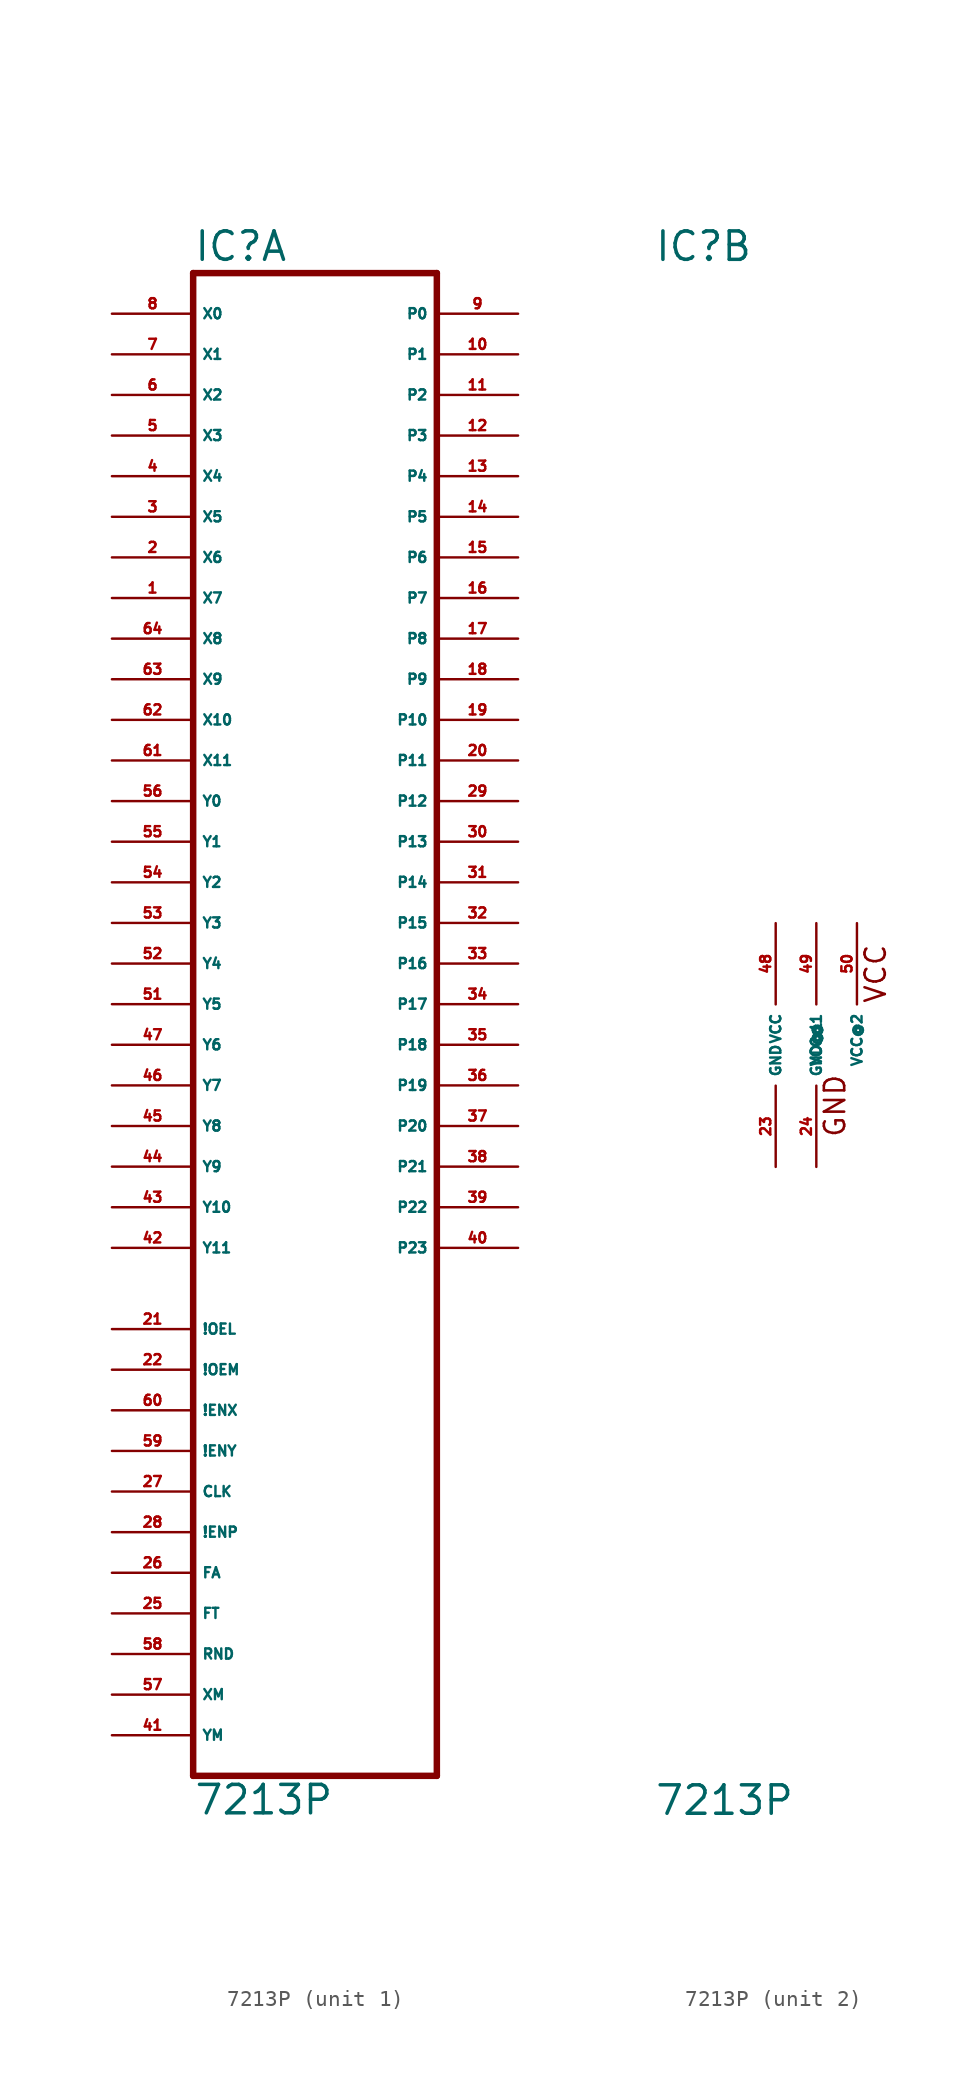
<source format=kicad_sym>
(kicad_symbol_lib
  (version 20220914)
  (generator Eagle2Kicad)
  (symbol "7213P"
    (property "Reference" "IC"
      (at -7.62 48.895 0)
      (effects (font (size 1.778 1.778) (thickness 0.22)) (justify left bottom)))
    (property "Value" "7213P"
      (at -7.62 -48.26 0)
      (effects (font (size 1.778 1.778) (thickness 0.22)) (justify left bottom)))
    (symbol "7213P_1_0"
      (polyline (pts (xy -7.62 -45.72) (xy 7.62 -45.72)) (stroke (width 0.406) (type default)) (fill (type none)))
      (polyline (pts (xy 7.62 -45.72) (xy 7.62 48.26)) (stroke (width 0.406) (type default)) (fill (type none)))
      (polyline (pts (xy 7.62 48.26) (xy -7.62 48.26)) (stroke (width 0.406) (type default)) (fill (type none)))
      (polyline (pts (xy -7.62 48.26) (xy -7.62 -45.72)) (stroke (width 0.406) (type default)) (fill (type none)))
      (pin input line (at -12.7 45.72 0) (length 5.08) (name "X0" (effects (font (size 0.635 0.635) (thickness 0.08)) (justify left bottom))) (number "8" (effects (font (size 0.635 0.635) (thickness 0.08)) (justify left bottom))))
      (pin input line (at -12.7 43.18 0) (length 5.08) (name "X1" (effects (font (size 0.635 0.635) (thickness 0.08)) (justify left bottom))) (number "7" (effects (font (size 0.635 0.635) (thickness 0.08)) (justify left bottom))))
      (pin input line (at -12.7 40.64 0) (length 5.08) (name "X2" (effects (font (size 0.635 0.635) (thickness 0.08)) (justify left bottom))) (number "6" (effects (font (size 0.635 0.635) (thickness 0.08)) (justify left bottom))))
      (pin input line (at -12.7 38.1 0) (length 5.08) (name "X3" (effects (font (size 0.635 0.635) (thickness 0.08)) (justify left bottom))) (number "5" (effects (font (size 0.635 0.635) (thickness 0.08)) (justify left bottom))))
      (pin input line (at -12.7 35.56 0) (length 5.08) (name "X4" (effects (font (size 0.635 0.635) (thickness 0.08)) (justify left bottom))) (number "4" (effects (font (size 0.635 0.635) (thickness 0.08)) (justify left bottom))))
      (pin input line (at -12.7 33.02 0) (length 5.08) (name "X5" (effects (font (size 0.635 0.635) (thickness 0.08)) (justify left bottom))) (number "3" (effects (font (size 0.635 0.635) (thickness 0.08)) (justify left bottom))))
      (pin input line (at -12.7 30.48 0) (length 5.08) (name "X6" (effects (font (size 0.635 0.635) (thickness 0.08)) (justify left bottom))) (number "2" (effects (font (size 0.635 0.635) (thickness 0.08)) (justify left bottom))))
      (pin input line (at -12.7 27.94 0) (length 5.08) (name "X7" (effects (font (size 0.635 0.635) (thickness 0.08)) (justify left bottom))) (number "1" (effects (font (size 0.635 0.635) (thickness 0.08)) (justify left bottom))))
      (pin input line (at -12.7 25.4 0) (length 5.08) (name "X8" (effects (font (size 0.635 0.635) (thickness 0.08)) (justify left bottom))) (number "64" (effects (font (size 0.635 0.635) (thickness 0.08)) (justify left bottom))))
      (pin input line (at -12.7 22.86 0) (length 5.08) (name "X9" (effects (font (size 0.635 0.635) (thickness 0.08)) (justify left bottom))) (number "63" (effects (font (size 0.635 0.635) (thickness 0.08)) (justify left bottom))))
      (pin input line (at -12.7 20.32 0) (length 5.08) (name "X10" (effects (font (size 0.635 0.635) (thickness 0.08)) (justify left bottom))) (number "62" (effects (font (size 0.635 0.635) (thickness 0.08)) (justify left bottom))))
      (pin input line (at -12.7 17.78 0) (length 5.08) (name "X11" (effects (font (size 0.635 0.635) (thickness 0.08)) (justify left bottom))) (number "61" (effects (font (size 0.635 0.635) (thickness 0.08)) (justify left bottom))))
      (pin input line (at -12.7 15.24 0) (length 5.08) (name "Y0" (effects (font (size 0.635 0.635) (thickness 0.08)) (justify left bottom))) (number "56" (effects (font (size 0.635 0.635) (thickness 0.08)) (justify left bottom))))
      (pin input line (at -12.7 12.7 0) (length 5.08) (name "Y1" (effects (font (size 0.635 0.635) (thickness 0.08)) (justify left bottom))) (number "55" (effects (font (size 0.635 0.635) (thickness 0.08)) (justify left bottom))))
      (pin input line (at -12.7 10.16 0) (length 5.08) (name "Y2" (effects (font (size 0.635 0.635) (thickness 0.08)) (justify left bottom))) (number "54" (effects (font (size 0.635 0.635) (thickness 0.08)) (justify left bottom))))
      (pin input line (at -12.7 7.62 0) (length 5.08) (name "Y3" (effects (font (size 0.635 0.635) (thickness 0.08)) (justify left bottom))) (number "53" (effects (font (size 0.635 0.635) (thickness 0.08)) (justify left bottom))))
      (pin input line (at -12.7 5.08 0) (length 5.08) (name "Y4" (effects (font (size 0.635 0.635) (thickness 0.08)) (justify left bottom))) (number "52" (effects (font (size 0.635 0.635) (thickness 0.08)) (justify left bottom))))
      (pin input line (at -12.7 2.54 0) (length 5.08) (name "Y5" (effects (font (size 0.635 0.635) (thickness 0.08)) (justify left bottom))) (number "51" (effects (font (size 0.635 0.635) (thickness 0.08)) (justify left bottom))))
      (pin input line (at -12.7 0 0) (length 5.08) (name "Y6" (effects (font (size 0.635 0.635) (thickness 0.08)) (justify left bottom))) (number "47" (effects (font (size 0.635 0.635) (thickness 0.08)) (justify left bottom))))
      (pin input line (at -12.7 -2.54 0) (length 5.08) (name "Y7" (effects (font (size 0.635 0.635) (thickness 0.08)) (justify left bottom))) (number "46" (effects (font (size 0.635 0.635) (thickness 0.08)) (justify left bottom))))
      (pin input line (at -12.7 -5.08 0) (length 5.08) (name "Y8" (effects (font (size 0.635 0.635) (thickness 0.08)) (justify left bottom))) (number "45" (effects (font (size 0.635 0.635) (thickness 0.08)) (justify left bottom))))
      (pin input line (at -12.7 -7.62 0) (length 5.08) (name "Y9" (effects (font (size 0.635 0.635) (thickness 0.08)) (justify left bottom))) (number "44" (effects (font (size 0.635 0.635) (thickness 0.08)) (justify left bottom))))
      (pin input line (at -12.7 -10.16 0) (length 5.08) (name "Y10" (effects (font (size 0.635 0.635) (thickness 0.08)) (justify left bottom))) (number "43" (effects (font (size 0.635 0.635) (thickness 0.08)) (justify left bottom))))
      (pin input line (at -12.7 -12.7 0) (length 5.08) (name "Y11" (effects (font (size 0.635 0.635) (thickness 0.08)) (justify left bottom))) (number "42" (effects (font (size 0.635 0.635) (thickness 0.08)) (justify left bottom))))
      (pin output line (at 12.7 45.72 180) (length 5.08) (name "P0" (effects (font (size 0.635 0.635) (thickness 0.08)) (justify left bottom))) (number "9" (effects (font (size 0.635 0.635) (thickness 0.08)) (justify left bottom))))
      (pin output line (at 12.7 43.18 180) (length 5.08) (name "P1" (effects (font (size 0.635 0.635) (thickness 0.08)) (justify left bottom))) (number "10" (effects (font (size 0.635 0.635) (thickness 0.08)) (justify left bottom))))
      (pin output line (at 12.7 40.64 180) (length 5.08) (name "P2" (effects (font (size 0.635 0.635) (thickness 0.08)) (justify left bottom))) (number "11" (effects (font (size 0.635 0.635) (thickness 0.08)) (justify left bottom))))
      (pin output line (at 12.7 38.1 180) (length 5.08) (name "P3" (effects (font (size 0.635 0.635) (thickness 0.08)) (justify left bottom))) (number "12" (effects (font (size 0.635 0.635) (thickness 0.08)) (justify left bottom))))
      (pin output line (at 12.7 35.56 180) (length 5.08) (name "P4" (effects (font (size 0.635 0.635) (thickness 0.08)) (justify left bottom))) (number "13" (effects (font (size 0.635 0.635) (thickness 0.08)) (justify left bottom))))
      (pin output line (at 12.7 33.02 180) (length 5.08) (name "P5" (effects (font (size 0.635 0.635) (thickness 0.08)) (justify left bottom))) (number "14" (effects (font (size 0.635 0.635) (thickness 0.08)) (justify left bottom))))
      (pin output line (at 12.7 30.48 180) (length 5.08) (name "P6" (effects (font (size 0.635 0.635) (thickness 0.08)) (justify left bottom))) (number "15" (effects (font (size 0.635 0.635) (thickness 0.08)) (justify left bottom))))
      (pin output line (at 12.7 27.94 180) (length 5.08) (name "P7" (effects (font (size 0.635 0.635) (thickness 0.08)) (justify left bottom))) (number "16" (effects (font (size 0.635 0.635) (thickness 0.08)) (justify left bottom))))
      (pin output line (at 12.7 25.4 180) (length 5.08) (name "P8" (effects (font (size 0.635 0.635) (thickness 0.08)) (justify left bottom))) (number "17" (effects (font (size 0.635 0.635) (thickness 0.08)) (justify left bottom))))
      (pin output line (at 12.7 22.86 180) (length 5.08) (name "P9" (effects (font (size 0.635 0.635) (thickness 0.08)) (justify left bottom))) (number "18" (effects (font (size 0.635 0.635) (thickness 0.08)) (justify left bottom))))
      (pin output line (at 12.7 20.32 180) (length 5.08) (name "P10" (effects (font (size 0.635 0.635) (thickness 0.08)) (justify left bottom))) (number "19" (effects (font (size 0.635 0.635) (thickness 0.08)) (justify left bottom))))
      (pin output line (at 12.7 17.78 180) (length 5.08) (name "P11" (effects (font (size 0.635 0.635) (thickness 0.08)) (justify left bottom))) (number "20" (effects (font (size 0.635 0.635) (thickness 0.08)) (justify left bottom))))
      (pin output line (at 12.7 15.24 180) (length 5.08) (name "P12" (effects (font (size 0.635 0.635) (thickness 0.08)) (justify left bottom))) (number "29" (effects (font (size 0.635 0.635) (thickness 0.08)) (justify left bottom))))
      (pin output line (at 12.7 12.7 180) (length 5.08) (name "P13" (effects (font (size 0.635 0.635) (thickness 0.08)) (justify left bottom))) (number "30" (effects (font (size 0.635 0.635) (thickness 0.08)) (justify left bottom))))
      (pin output line (at 12.7 10.16 180) (length 5.08) (name "P14" (effects (font (size 0.635 0.635) (thickness 0.08)) (justify left bottom))) (number "31" (effects (font (size 0.635 0.635) (thickness 0.08)) (justify left bottom))))
      (pin output line (at 12.7 7.62 180) (length 5.08) (name "P15" (effects (font (size 0.635 0.635) (thickness 0.08)) (justify left bottom))) (number "32" (effects (font (size 0.635 0.635) (thickness 0.08)) (justify left bottom))))
      (pin output line (at 12.7 5.08 180) (length 5.08) (name "P16" (effects (font (size 0.635 0.635) (thickness 0.08)) (justify left bottom))) (number "33" (effects (font (size 0.635 0.635) (thickness 0.08)) (justify left bottom))))
      (pin output line (at 12.7 2.54 180) (length 5.08) (name "P17" (effects (font (size 0.635 0.635) (thickness 0.08)) (justify left bottom))) (number "34" (effects (font (size 0.635 0.635) (thickness 0.08)) (justify left bottom))))
      (pin output line (at 12.7 0 180) (length 5.08) (name "P18" (effects (font (size 0.635 0.635) (thickness 0.08)) (justify left bottom))) (number "35" (effects (font (size 0.635 0.635) (thickness 0.08)) (justify left bottom))))
      (pin output line (at 12.7 -2.54 180) (length 5.08) (name "P19" (effects (font (size 0.635 0.635) (thickness 0.08)) (justify left bottom))) (number "36" (effects (font (size 0.635 0.635) (thickness 0.08)) (justify left bottom))))
      (pin output line (at 12.7 -5.08 180) (length 5.08) (name "P20" (effects (font (size 0.635 0.635) (thickness 0.08)) (justify left bottom))) (number "37" (effects (font (size 0.635 0.635) (thickness 0.08)) (justify left bottom))))
      (pin output line (at 12.7 -7.62 180) (length 5.08) (name "P21" (effects (font (size 0.635 0.635) (thickness 0.08)) (justify left bottom))) (number "38" (effects (font (size 0.635 0.635) (thickness 0.08)) (justify left bottom))))
      (pin output line (at 12.7 -10.16 180) (length 5.08) (name "P22" (effects (font (size 0.635 0.635) (thickness 0.08)) (justify left bottom))) (number "39" (effects (font (size 0.635 0.635) (thickness 0.08)) (justify left bottom))))
      (pin output line (at 12.7 -12.7 180) (length 5.08) (name "P23" (effects (font (size 0.635 0.635) (thickness 0.08)) (justify left bottom))) (number "40" (effects (font (size 0.635 0.635) (thickness 0.08)) (justify left bottom))))
      (pin input line (at -12.7 -30.48 0) (length 5.08) (name "!ENP" (effects (font (size 0.635 0.635) (thickness 0.08)) (justify left bottom))) (number "28" (effects (font (size 0.635 0.635) (thickness 0.08)) (justify left bottom))))
      (pin input line (at -12.7 -22.86 0) (length 5.08) (name "!ENX" (effects (font (size 0.635 0.635) (thickness 0.08)) (justify left bottom))) (number "60" (effects (font (size 0.635 0.635) (thickness 0.08)) (justify left bottom))))
      (pin input line (at -12.7 -25.4 0) (length 5.08) (name "!ENY" (effects (font (size 0.635 0.635) (thickness 0.08)) (justify left bottom))) (number "59" (effects (font (size 0.635 0.635) (thickness 0.08)) (justify left bottom))))
      (pin input line (at -12.7 -33.02 0) (length 5.08) (name "FA" (effects (font (size 0.635 0.635) (thickness 0.08)) (justify left bottom))) (number "26" (effects (font (size 0.635 0.635) (thickness 0.08)) (justify left bottom))))
      (pin input line (at -12.7 -35.56 0) (length 5.08) (name "FT" (effects (font (size 0.635 0.635) (thickness 0.08)) (justify left bottom))) (number "25" (effects (font (size 0.635 0.635) (thickness 0.08)) (justify left bottom))))
      (pin input line (at -12.7 -38.1 0) (length 5.08) (name "RND" (effects (font (size 0.635 0.635) (thickness 0.08)) (justify left bottom))) (number "58" (effects (font (size 0.635 0.635) (thickness 0.08)) (justify left bottom))))
      (pin input line (at -12.7 -40.64 0) (length 5.08) (name "XM" (effects (font (size 0.635 0.635) (thickness 0.08)) (justify left bottom))) (number "57" (effects (font (size 0.635 0.635) (thickness 0.08)) (justify left bottom))))
      (pin input line (at -12.7 -43.18 0) (length 5.08) (name "YM" (effects (font (size 0.635 0.635) (thickness 0.08)) (justify left bottom))) (number "41" (effects (font (size 0.635 0.635) (thickness 0.08)) (justify left bottom))))
      (pin input line (at -12.7 -27.94 0) (length 5.08) (name "CLK" (effects (font (size 0.635 0.635) (thickness 0.08)) (justify left bottom))) (number "27" (effects (font (size 0.635 0.635) (thickness 0.08)) (justify left bottom))))
      (pin input line (at -12.7 -17.78 0) (length 5.08) (name "!OEL" (effects (font (size 0.635 0.635) (thickness 0.08)) (justify left bottom))) (number "21" (effects (font (size 0.635 0.635) (thickness 0.08)) (justify left bottom))))
      (pin input line (at -12.7 -20.32 0) (length 5.08) (name "!OEM" (effects (font (size 0.635 0.635) (thickness 0.08)) (justify left bottom))) (number "22" (effects (font (size 0.635 0.635) (thickness 0.08)) (justify left bottom)))))
    (symbol "7213P_2_0"
      (text "GND" (at 4.445 -5.842 900) (effects (font (size 1.27 1.27) (thickness 0.16)) (justify left bottom)))
      (text "VCC" (at 6.985 2.54 900) (effects (font (size 1.27 1.27) (thickness 0.16)) (justify left bottom)))
      (pin unspecified line (at 0 7.62 270) (length 5.08) (name "VCC" (effects (font (size 0.635 0.635) (thickness 0.08)) (justify left bottom))) (number "48" (effects (font (size 0.635 0.635) (thickness 0.08)) (justify left bottom))))
      (pin unspecified line (at 0 -7.62 90) (length 5.08) (name "GND" (effects (font (size 0.635 0.635) (thickness 0.08)) (justify left bottom))) (number "23" (effects (font (size 0.635 0.635) (thickness 0.08)) (justify left bottom))))
      (pin unspecified line (at 2.54 7.62 270) (length 5.08) (name "VCC@1" (effects (font (size 0.635 0.635) (thickness 0.08)) (justify left bottom))) (number "49" (effects (font (size 0.635 0.635) (thickness 0.08)) (justify left bottom))))
      (pin unspecified line (at 2.54 -7.62 90) (length 5.08) (name "GND@1" (effects (font (size 0.635 0.635) (thickness 0.08)) (justify left bottom))) (number "24" (effects (font (size 0.635 0.635) (thickness 0.08)) (justify left bottom))))
      (pin unspecified line (at 5.08 7.62 270) (length 5.08) (name "VCC@2" (effects (font (size 0.635 0.635) (thickness 0.08)) (justify left bottom))) (number "50" (effects (font (size 0.635 0.635) (thickness 0.08)) (justify left bottom)))))))
</source>
